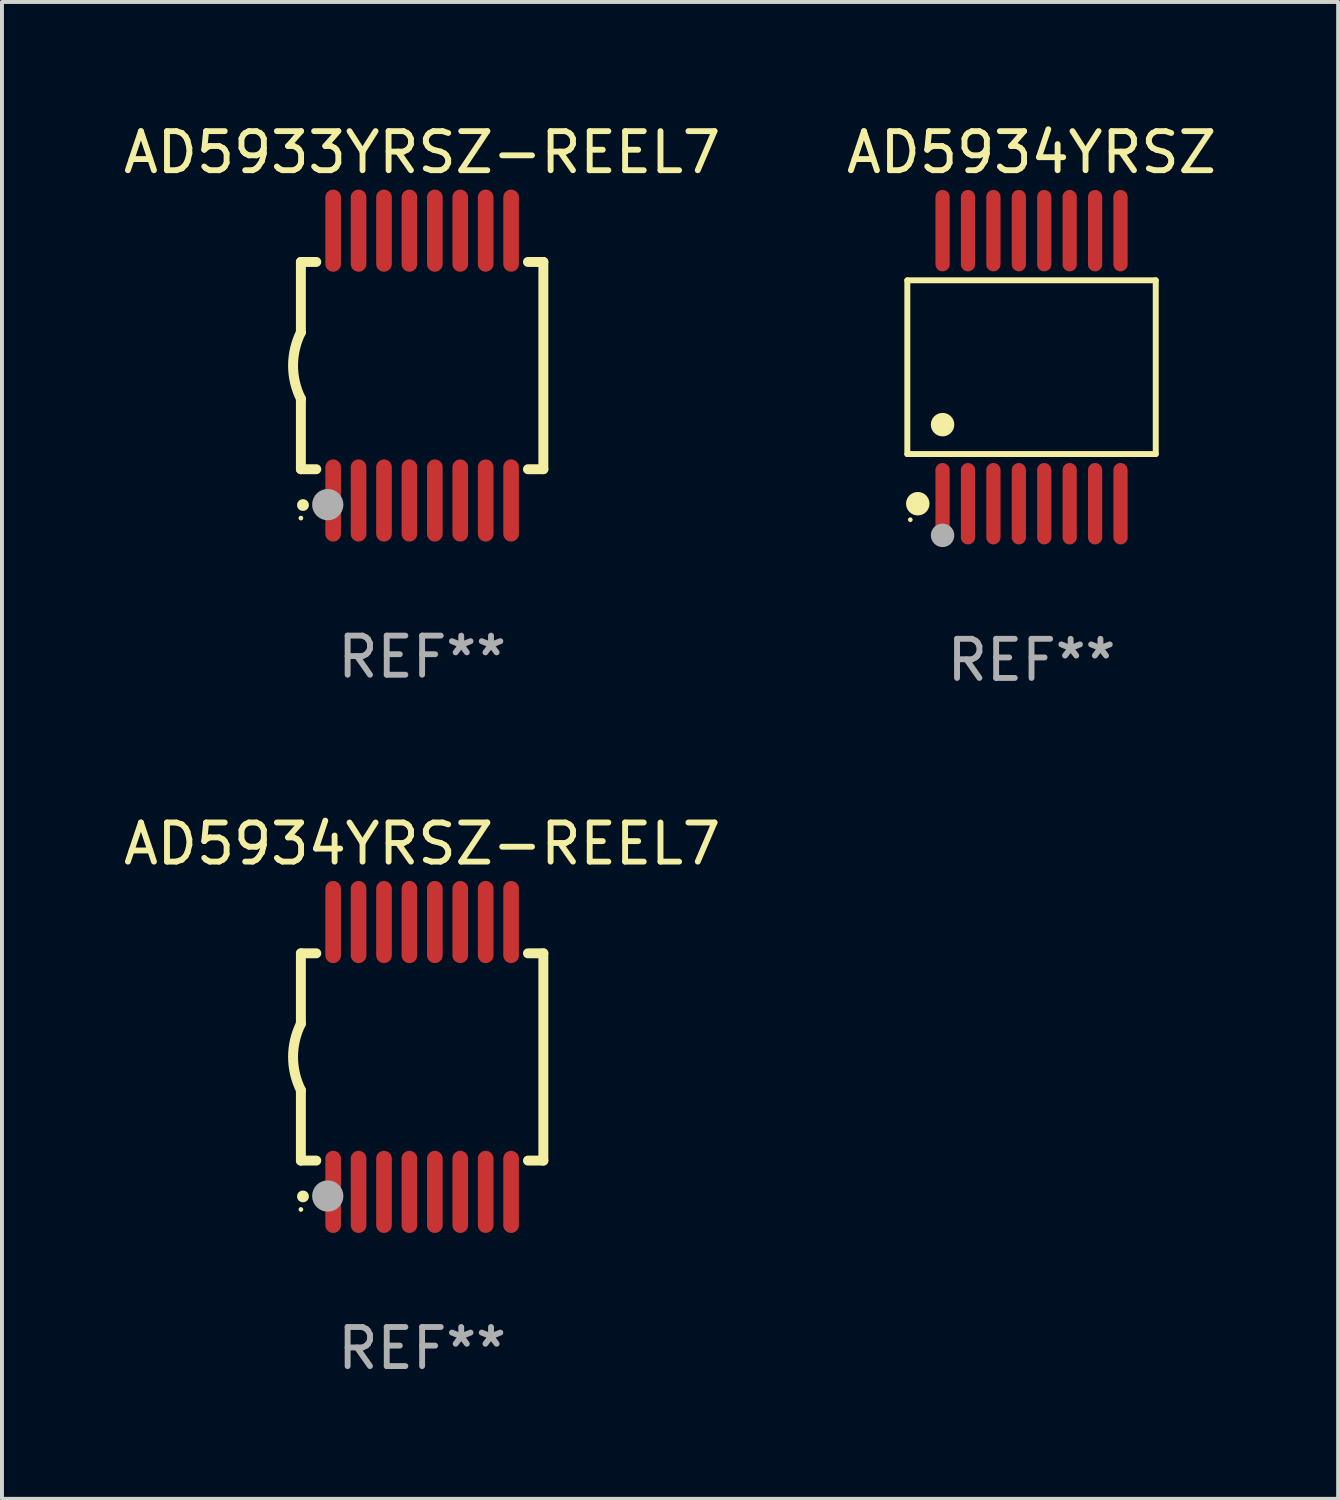
<source format=kicad_pcb>
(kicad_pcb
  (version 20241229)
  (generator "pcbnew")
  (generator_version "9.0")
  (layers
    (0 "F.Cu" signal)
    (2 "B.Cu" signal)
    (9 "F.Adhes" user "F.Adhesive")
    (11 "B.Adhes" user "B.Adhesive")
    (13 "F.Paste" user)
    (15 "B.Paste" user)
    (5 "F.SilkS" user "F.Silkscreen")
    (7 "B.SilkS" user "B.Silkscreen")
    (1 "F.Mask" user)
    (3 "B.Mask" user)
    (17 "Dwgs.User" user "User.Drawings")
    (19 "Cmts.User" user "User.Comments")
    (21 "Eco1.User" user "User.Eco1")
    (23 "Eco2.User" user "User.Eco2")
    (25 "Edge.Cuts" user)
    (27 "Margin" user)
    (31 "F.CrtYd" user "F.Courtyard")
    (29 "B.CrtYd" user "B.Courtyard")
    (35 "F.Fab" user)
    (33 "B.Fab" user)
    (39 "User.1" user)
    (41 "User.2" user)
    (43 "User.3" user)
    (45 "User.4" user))
  (footprint "AD5933YRSZ-REEL7"
    (layer "F.Cu")
    (at 7.744 6.298)
    (property "Reference" "AD5933YRSZ-REEL7" (at 0 -5.45 0) (layer "F.SilkS") (effects (font (size 1 1) (thickness 0.15))))
    (attr through_hole)
    (fp_line (start -3.1 -2.65) (end -3.1 -0.85) (stroke (width 0.254) (type solid)) (layer "F.SilkS"))
    (fp_line (start -3.1 -2.65) (end -2.706 -2.65) (stroke (width 0.254) (type solid)) (layer "F.SilkS"))
    (fp_line (start -3.1 2.65) (end -3.1 0.85) (stroke (width 0.254) (type solid)) (layer "F.SilkS"))
    (fp_line (start -3.1 2.65) (end -2.706 2.65) (stroke (width 0.254) (type solid)) (layer "F.SilkS"))
    (fp_line (start 2.706 -2.65) (end 3.1 -2.65) (stroke (width 0.254) (type solid)) (layer "F.SilkS"))
    (fp_line (start 2.706 2.65) (end 3.1 2.65) (stroke (width 0.254) (type solid)) (layer "F.SilkS"))
    (fp_line (start 3.1 -2.65) (end 3.1 2.65) (stroke (width 0.254) (type solid)) (layer "F.SilkS"))
    (fp_arc (start -3.098907 0.850902) (mid -3.300057 0.000523) (end -3.1 -0.850114) (stroke (width 0.254001) (type solid)) (layer "F.SilkS"))
    (fp_arc (start -3.048006 3.566066) (mid -3.046736 3.566061) (end -3.045466 3.566066) (stroke (width 0.3) (type solid)) (layer "F.SilkS"))
    (fp_circle (center -3.1 3.9) (end -3.07 3.9) (stroke (width 0.06) (type solid)) (fill no) (layer "F.SilkS"))
    (fp_circle (center -2.413 3.556) (end -2.213 3.556) (stroke (width 0.4) (type solid)) (fill no) (layer "F.Fab"))
    (fp_text user "REF**" (at 0 7.45 0) (layer "F.Fab") (effects (font (size 1 1) (thickness 0.15))))
    (pad "1" smd oval (at -2.275 3.45 180) (size 0.4 2.1) (layers "F.Cu" "F.Mask" "F.Paste"))
    (pad "2" smd oval (at -1.625 3.45 180) (size 0.4 2.1) (layers "F.Cu" "F.Mask" "F.Paste"))
    (pad "3" smd oval (at -0.975 3.45 180) (size 0.4 2.1) (layers "F.Cu" "F.Mask" "F.Paste"))
    (pad "4" smd oval (at -0.325 3.45 180) (size 0.4 2.1) (layers "F.Cu" "F.Mask" "F.Paste"))
    (pad "5" smd oval (at 0.325 3.45 180) (size 0.4 2.1) (layers "F.Cu" "F.Mask" "F.Paste"))
    (pad "6" smd oval (at 0.975 3.45 180) (size 0.4 2.1) (layers "F.Cu" "F.Mask" "F.Paste"))
    (pad "7" smd oval (at 1.625 3.45 180) (size 0.4 2.1) (layers "F.Cu" "F.Mask" "F.Paste"))
    (pad "8" smd oval (at 2.275 3.45 180) (size 0.4 2.1) (layers "F.Cu" "F.Mask" "F.Paste"))
    (pad "9" smd oval (at 2.275 -3.45 180) (size 0.4 2.1) (layers "F.Cu" "F.Mask" "F.Paste"))
    (pad "10" smd oval (at 1.625 -3.45 180) (size 0.4 2.1) (layers "F.Cu" "F.Mask" "F.Paste"))
    (pad "11" smd oval (at 0.975 -3.45 180) (size 0.4 2.1) (layers "F.Cu" "F.Mask" "F.Paste"))
    (pad "12" smd oval (at 0.325 -3.45 180) (size 0.4 2.1) (layers "F.Cu" "F.Mask" "F.Paste"))
    (pad "13" smd oval (at -0.325 -3.45 180) (size 0.4 2.1) (layers "F.Cu" "F.Mask" "F.Paste"))
    (pad "14" smd oval (at -0.975 -3.45 180) (size 0.4 2.1) (layers "F.Cu" "F.Mask" "F.Paste"))
    (pad "15" smd oval (at -1.625 -3.45 180) (size 0.4 2.1) (layers "F.Cu" "F.Mask" "F.Paste"))
    (pad "16" smd oval (at -2.275 -3.45 180) (size 0.4 2.1) (layers "F.Cu" "F.Mask" "F.Paste")))
  (footprint "AD5934YRSZ"
    (layer "F.Cu")
    (at 23.327 6.339)
    (property "Reference" "AD5934YRSZ" (at 0 -5.491 0) (layer "F.SilkS") (effects (font (size 1 1) (thickness 0.15))))
    (attr through_hole)
    (fp_line (start -3.176 -2.221) (end 3.176 -2.221) (stroke (width 0.152) (type solid)) (layer "F.SilkS"))
    (fp_line (start -3.176 2.221) (end -3.176 -2.221) (stroke (width 0.152) (type solid)) (layer "F.SilkS"))
    (fp_line (start 3.176 -2.221) (end 3.176 2.221) (stroke (width 0.152) (type solid)) (layer "F.SilkS"))
    (fp_line (start 3.176 2.221) (end -3.176 2.221) (stroke (width 0.152) (type solid)) (layer "F.SilkS"))
    (fp_circle (center -3.1 3.9) (end -3.07 3.9) (stroke (width 0.06) (type solid)) (fill no) (layer "F.SilkS"))
    (fp_circle (center -2.909 3.491) (end -2.759 3.491) (stroke (width 0.3) (type solid)) (fill no) (layer "F.SilkS"))
    (fp_circle (center -2.275 1.469) (end -2.125 1.469) (stroke (width 0.3) (type solid)) (fill no) (layer "F.SilkS"))
    (fp_circle (center -2.275 4.3) (end -2.125 4.3) (stroke (width 0.3) (type solid)) (fill no) (layer "F.Fab"))
    (fp_text user "REF**" (at 0 7.491 0) (layer "F.Fab") (effects (font (size 1 1) (thickness 0.15))))
    (pad "1" smd oval (at -2.275 3.491) (size 0.364 2.082) (layers "F.Cu" "F.Mask" "F.Paste"))
    (pad "2" smd oval (at -1.625 3.491) (size 0.364 2.082) (layers "F.Cu" "F.Mask" "F.Paste"))
    (pad "3" smd oval (at -0.975 3.491) (size 0.364 2.082) (layers "F.Cu" "F.Mask" "F.Paste"))
    (pad "4" smd oval (at -0.325 3.491) (size 0.364 2.082) (layers "F.Cu" "F.Mask" "F.Paste"))
    (pad "5" smd oval (at 0.325 3.491) (size 0.364 2.082) (layers "F.Cu" "F.Mask" "F.Paste"))
    (pad "6" smd oval (at 0.975 3.491) (size 0.364 2.082) (layers "F.Cu" "F.Mask" "F.Paste"))
    (pad "7" smd oval (at 1.625 3.491) (size 0.364 2.082) (layers "F.Cu" "F.Mask" "F.Paste"))
    (pad "8" smd oval (at 2.275 3.491) (size 0.364 2.082) (layers "F.Cu" "F.Mask" "F.Paste"))
    (pad "9" smd oval (at 2.275 -3.491) (size 0.364 2.082) (layers "F.Cu" "F.Mask" "F.Paste"))
    (pad "10" smd oval (at 1.625 -3.491) (size 0.364 2.082) (layers "F.Cu" "F.Mask" "F.Paste"))
    (pad "11" smd oval (at 0.975 -3.491) (size 0.364 2.082) (layers "F.Cu" "F.Mask" "F.Paste"))
    (pad "12" smd oval (at 0.325 -3.491) (size 0.364 2.082) (layers "F.Cu" "F.Mask" "F.Paste"))
    (pad "13" smd oval (at -0.325 -3.491) (size 0.364 2.082) (layers "F.Cu" "F.Mask" "F.Paste"))
    (pad "14" smd oval (at -0.975 -3.491) (size 0.364 2.082) (layers "F.Cu" "F.Mask" "F.Paste"))
    (pad "15" smd oval (at -1.625 -3.491) (size 0.364 2.082) (layers "F.Cu" "F.Mask" "F.Paste"))
    (pad "16" smd oval (at -2.275 -3.491) (size 0.364 2.082) (layers "F.Cu" "F.Mask" "F.Paste")))
  (footprint "AD5934YRSZ-REEL7"
    (layer "F.Cu")
    (at 7.744 23.977)
    (property "Reference" "AD5934YRSZ-REEL7" (at 0 -5.45 0) (layer "F.SilkS") (effects (font (size 1 1) (thickness 0.15))))
    (attr through_hole)
    (fp_line (start -3.1 -2.65) (end -3.1 -0.85) (stroke (width 0.254) (type solid)) (layer "F.SilkS"))
    (fp_line (start -3.1 -2.65) (end -2.706 -2.65) (stroke (width 0.254) (type solid)) (layer "F.SilkS"))
    (fp_line (start -3.1 2.65) (end -3.1 0.85) (stroke (width 0.254) (type solid)) (layer "F.SilkS"))
    (fp_line (start -3.1 2.65) (end -2.706 2.65) (stroke (width 0.254) (type solid)) (layer "F.SilkS"))
    (fp_line (start 2.706 -2.65) (end 3.1 -2.65) (stroke (width 0.254) (type solid)) (layer "F.SilkS"))
    (fp_line (start 2.706 2.65) (end 3.1 2.65) (stroke (width 0.254) (type solid)) (layer "F.SilkS"))
    (fp_line (start 3.1 -2.65) (end 3.1 2.65) (stroke (width 0.254) (type solid)) (layer "F.SilkS"))
    (fp_arc (start -3.098907 0.850902) (mid -3.300057 0.000523) (end -3.1 -0.850114) (stroke (width 0.254001) (type solid)) (layer "F.SilkS"))
    (fp_arc (start -3.048006 3.566066) (mid -3.046736 3.566061) (end -3.045466 3.566066) (stroke (width 0.3) (type solid)) (layer "F.SilkS"))
    (fp_circle (center -3.1 3.9) (end -3.07 3.9) (stroke (width 0.06) (type solid)) (fill no) (layer "F.SilkS"))
    (fp_circle (center -2.413 3.556) (end -2.213 3.556) (stroke (width 0.4) (type solid)) (fill no) (layer "F.Fab"))
    (fp_text user "REF**" (at 0 7.45 0) (layer "F.Fab") (effects (font (size 1 1) (thickness 0.15))))
    (pad "1" smd oval (at -2.275 3.45 180) (size 0.4 2.1) (layers "F.Cu" "F.Mask" "F.Paste"))
    (pad "2" smd oval (at -1.625 3.45 180) (size 0.4 2.1) (layers "F.Cu" "F.Mask" "F.Paste"))
    (pad "3" smd oval (at -0.975 3.45 180) (size 0.4 2.1) (layers "F.Cu" "F.Mask" "F.Paste"))
    (pad "4" smd oval (at -0.325 3.45 180) (size 0.4 2.1) (layers "F.Cu" "F.Mask" "F.Paste"))
    (pad "5" smd oval (at 0.325 3.45 180) (size 0.4 2.1) (layers "F.Cu" "F.Mask" "F.Paste"))
    (pad "6" smd oval (at 0.975 3.45 180) (size 0.4 2.1) (layers "F.Cu" "F.Mask" "F.Paste"))
    (pad "7" smd oval (at 1.625 3.45 180) (size 0.4 2.1) (layers "F.Cu" "F.Mask" "F.Paste"))
    (pad "8" smd oval (at 2.275 3.45 180) (size 0.4 2.1) (layers "F.Cu" "F.Mask" "F.Paste"))
    (pad "9" smd oval (at 2.275 -3.45 180) (size 0.4 2.1) (layers "F.Cu" "F.Mask" "F.Paste"))
    (pad "10" smd oval (at 1.625 -3.45 180) (size 0.4 2.1) (layers "F.Cu" "F.Mask" "F.Paste"))
    (pad "11" smd oval (at 0.975 -3.45 180) (size 0.4 2.1) (layers "F.Cu" "F.Mask" "F.Paste"))
    (pad "12" smd oval (at 0.325 -3.45 180) (size 0.4 2.1) (layers "F.Cu" "F.Mask" "F.Paste"))
    (pad "13" smd oval (at -0.325 -3.45 180) (size 0.4 2.1) (layers "F.Cu" "F.Mask" "F.Paste"))
    (pad "14" smd oval (at -0.975 -3.45 180) (size 0.4 2.1) (layers "F.Cu" "F.Mask" "F.Paste"))
    (pad "15" smd oval (at -1.625 -3.45 180) (size 0.4 2.1) (layers "F.Cu" "F.Mask" "F.Paste"))
    (pad "16" smd oval (at -2.275 -3.45 180) (size 0.4 2.1) (layers "F.Cu" "F.Mask" "F.Paste")))
  (gr_rect
    (start -3 -3)
    (end 31.167 35.275)
    (stroke (width 0.1) (type default))
    (fill no)
    (layer "Edge.Cuts")))
</source>
